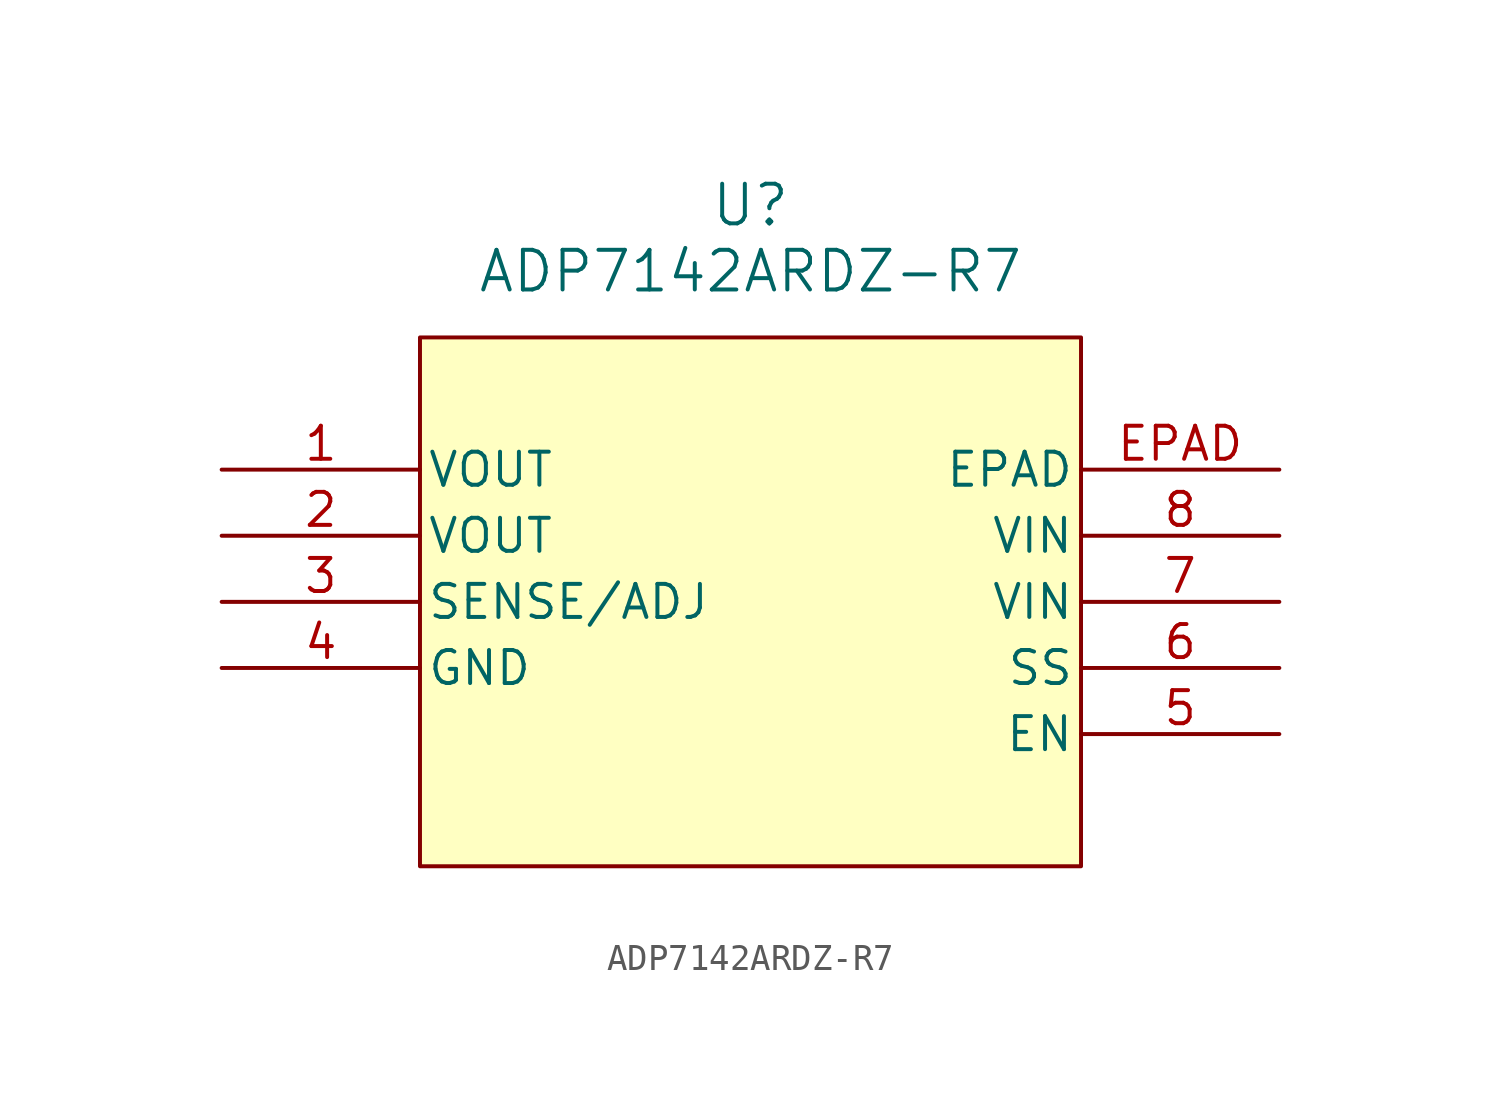
<source format=kicad_sym>
(kicad_symbol_lib
  (version 20231120)
  (generator "kicad_symbol_editor")
  (generator_version "8.0")
  (symbol "ADP7142ARDZ-R7"
    (pin_names
      (offset 0.254))
    (property "Reference" "U"
      (at 20.32 10.16 0)
      (effects (font (size 1.524 1.524))))
    (property "Value" "ADP7142ARDZ-R7"
      (at 20.32 7.62 0)
      (effects (font (size 1.524 1.524))))
    (property "ki_locked" ""
      (at 0 0 0)
      (effects (font (size 1.27 1.27))))
    (symbol "ADP7142ARDZ-R7_1_1"
      (rectangle (start 7.62 5.08) (end 33.02 -15.24) (stroke (width 0) (type default)) (fill (type background)))
      (pin passive line (at 0 0 0) (length 7.62) (name "VOUT" (effects (font (size 1.27 1.27)))) (number "1" (effects (font (size 1.27 1.27)))))
      (pin passive line (at 0 -2.54 0) (length 7.62) (name "VOUT" (effects (font (size 1.27 1.27)))) (number "2" (effects (font (size 1.27 1.27)))))
      (pin passive line (at 0 -5.08 0) (length 7.62) (name "SENSE/ADJ" (effects (font (size 1.27 1.27)))) (number "3" (effects (font (size 1.27 1.27)))))
      (pin passive line (at 0 -7.62 0) (length 7.62) (name "GND" (effects (font (size 1.27 1.27)))) (number "4" (effects (font (size 1.27 1.27)))))
      (pin passive line (at 40.64 -10.16 180) (length 7.62) (name "EN" (effects (font (size 1.27 1.27)))) (number "5" (effects (font (size 1.27 1.27)))))
      (pin passive line (at 40.64 -7.62 180) (length 7.62) (name "SS" (effects (font (size 1.27 1.27)))) (number "6" (effects (font (size 1.27 1.27)))))
      (pin passive line (at 40.64 -5.08 180) (length 7.62) (name "VIN" (effects (font (size 1.27 1.27)))) (number "7" (effects (font (size 1.27 1.27)))))
      (pin passive line (at 40.64 -2.54 180) (length 7.62) (name "VIN" (effects (font (size 1.27 1.27)))) (number "8" (effects (font (size 1.27 1.27)))))
      (pin passive line (at 40.64 0 180) (length 7.62) (name "EPAD" (effects (font (size 1.27 1.27)))) (number "EPAD" (effects (font (size 1.27 1.27))))))))
</source>
